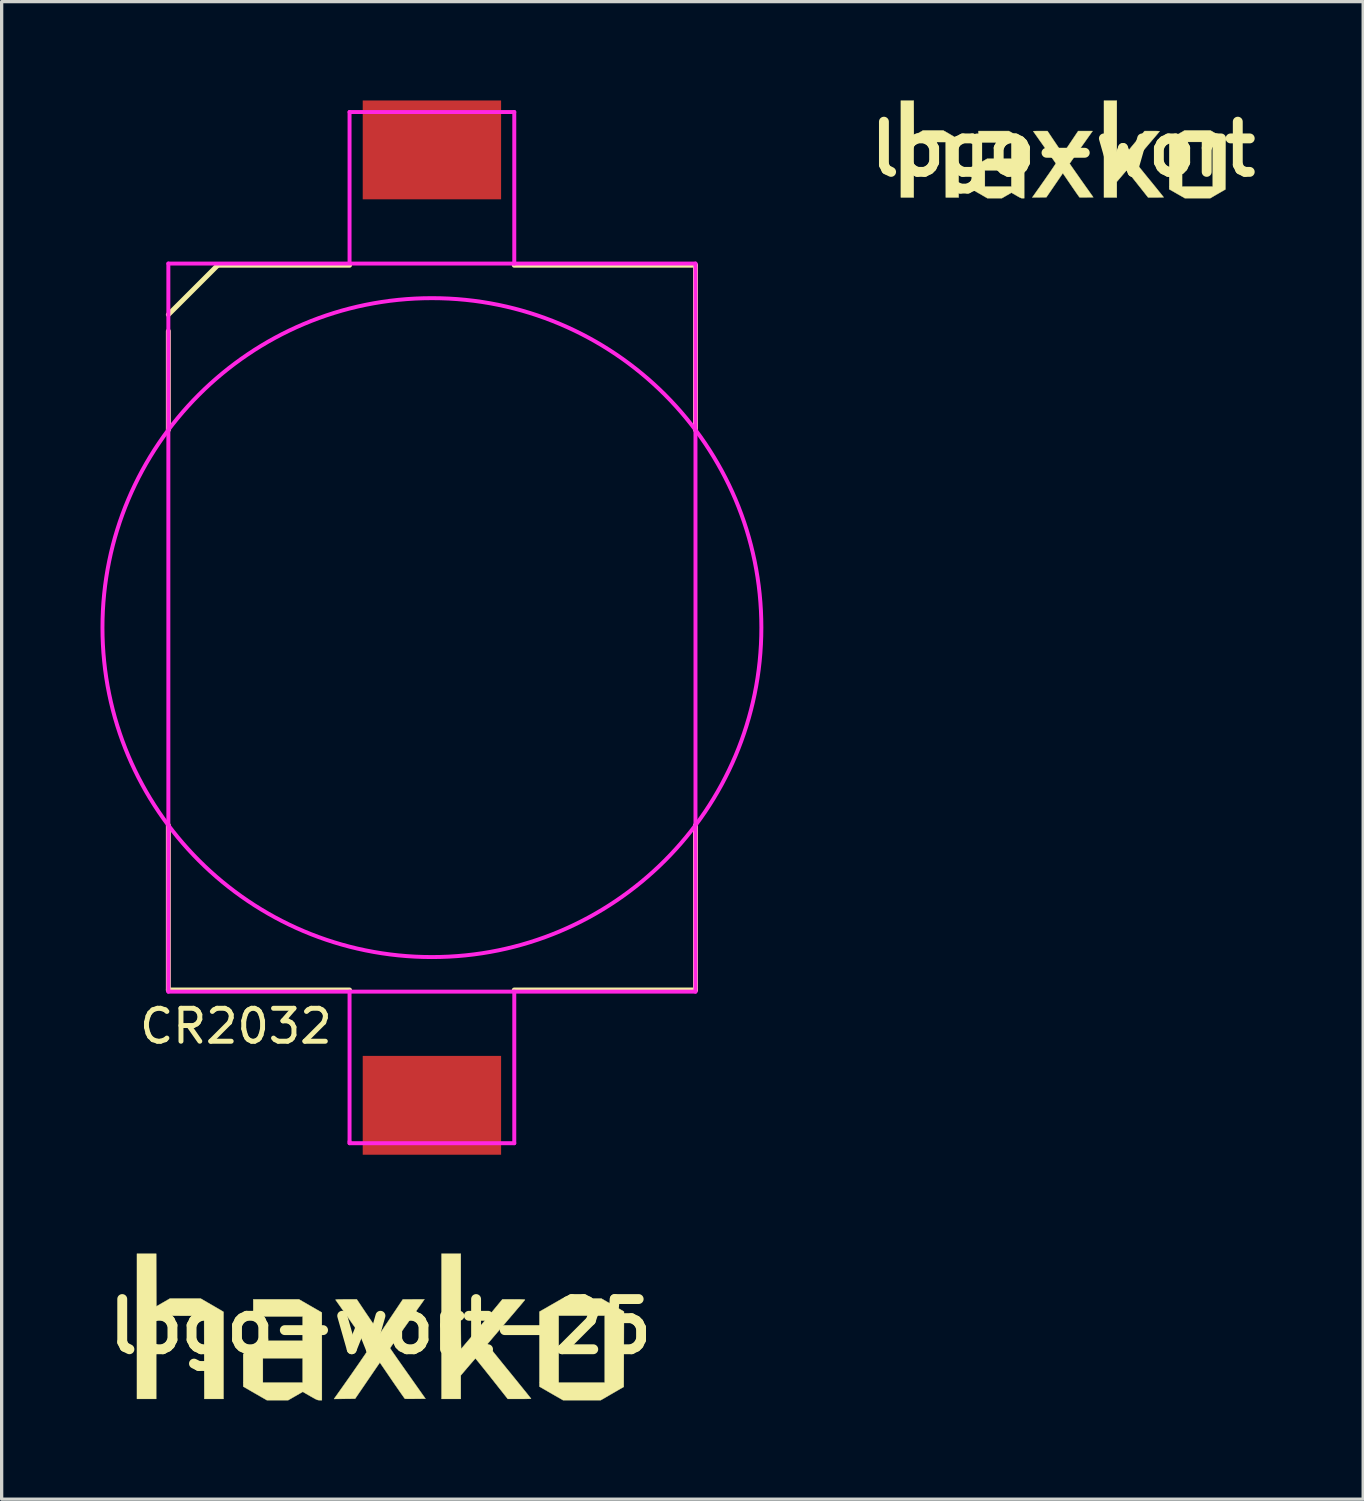
<source format=kicad_pcb>
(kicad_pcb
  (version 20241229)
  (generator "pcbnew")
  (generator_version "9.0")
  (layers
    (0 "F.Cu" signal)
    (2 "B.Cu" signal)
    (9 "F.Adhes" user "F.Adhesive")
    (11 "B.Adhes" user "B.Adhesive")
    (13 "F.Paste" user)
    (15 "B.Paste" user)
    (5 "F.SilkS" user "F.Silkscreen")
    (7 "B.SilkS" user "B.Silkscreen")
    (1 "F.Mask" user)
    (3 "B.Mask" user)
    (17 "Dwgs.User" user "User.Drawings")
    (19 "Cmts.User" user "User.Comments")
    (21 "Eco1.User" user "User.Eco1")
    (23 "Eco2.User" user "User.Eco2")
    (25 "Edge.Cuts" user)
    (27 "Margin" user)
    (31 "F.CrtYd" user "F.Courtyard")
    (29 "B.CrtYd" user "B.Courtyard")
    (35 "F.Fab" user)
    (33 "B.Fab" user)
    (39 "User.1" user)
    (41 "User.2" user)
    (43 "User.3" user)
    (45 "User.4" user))
  (footprint "logo-wort-25"
    (layer "F.Cu")
    (at 8.498 37.215)
    (property "Reference" "logo-wort-25" (at 0 0 0) (layer "F.SilkS") (effects (font (size 1.524 1.524) (thickness 0.3))))
    (attr through_hole)
    (fp_poly (pts (xy -6.801 -0.612) (xy -6.594 -0.732) (xy -6.388 -0.851) (xy -5.46 -0.851) (xy -5.159 -0.677) (xy -5.077 -0.63) (xy -5 -0.585) (xy -4.931 -0.545) (xy -4.874 -0.512) (xy -4.833 -0.488) (xy -4.81 -0.474) (xy -4.763 -0.444) (xy -4.763 2.197) (xy -5.347 2.197) (xy -5.35 0.937) (xy -5.353 -0.324) (xy -6.08 -0.327) (xy -6.807 -0.33) (xy -6.807 2.197) (xy -7.391 2.197) (xy -7.391 -2.21) (xy -7.099 -2.21) (xy -6.807 -2.21) (xy -6.801 -0.612)) (stroke (width 0.01) (type solid)) (fill yes) (layer "F.SilkS"))
    (fp_poly (pts (xy 7.392 -0.454) (xy 7.385 1.831) (xy 7.036 2.033) (xy 6.687 2.235) (xy 6.114 2.235) (xy 5.542 2.235) (xy 5.308 2.101) (xy 5.228 2.055) (xy 5.147 2.008) (xy 5.07 1.964) (xy 5.003 1.925) (xy 4.951 1.895) (xy 4.95 1.895) (xy 4.826 1.823) (xy 4.826 -0.33) (xy 5.41 -0.33) (xy 5.41 1.702) (xy 6.807 1.702) (xy 6.807 -0.33) (xy 5.41 -0.33) (xy 4.826 -0.33) (xy 4.826 -0.451) (xy 5.522 -0.851) (xy 6.703 -0.851) (xy 7.392 -0.454)) (stroke (width 0.01) (type solid)) (fill yes) (layer "F.SilkS"))
    (fp_poly (pts (xy -2.126 -0.625) (xy -1.779 -0.425) (xy -1.778 0.905) (xy -1.778 2.235) (xy -1.848 2.235) (xy -1.873 2.234) (xy -1.896 2.231) (xy -1.922 2.223) (xy -1.954 2.21) (xy -1.996 2.188) (xy -2.051 2.157) (xy -2.124 2.116) (xy -2.138 2.108) (xy -2.358 1.981) (xy -2.8 2.235) (xy -3.124 2.235) (xy -3.448 2.235) (xy -3.807 2.029) (xy -4.165 1.822) (xy -4.165 1.332) (xy -4.166 0.965) (xy -3.569 0.965) (xy -3.569 1.702) (xy -2.362 1.702) (xy -2.362 0.965) (xy -3.569 0.965) (xy -4.166 0.965) (xy -4.166 0.841) (xy -3.811 0.636) (xy -3.457 0.432) (xy -2.362 0.432) (xy -2.362 -0.305) (xy -3.861 -0.305) (xy -3.861 -0.826) (xy -2.474 -0.826) (xy -2.126 -0.625)) (stroke (width 0.01) (type solid)) (fill yes) (layer "F.SilkS"))
    (fp_poly (pts (xy 2.438 -0.768) (xy 2.439 -0.55) (xy 2.439 -0.346) (xy 2.439 -0.158) (xy 2.44 0.014) (xy 2.441 0.169) (xy 2.442 0.304) (xy 2.443 0.421) (xy 2.444 0.516) (xy 2.446 0.59) (xy 2.447 0.641) (xy 2.449 0.668) (xy 2.45 0.673) (xy 2.46 0.664) (xy 2.485 0.636) (xy 2.523 0.592) (xy 2.573 0.532) (xy 2.635 0.459) (xy 2.707 0.374) (xy 2.787 0.279) (xy 2.874 0.174) (xy 2.968 0.061) (xy 3.066 -0.057) (xy 3.082 -0.076) (xy 3.702 -0.826) (xy 4.049 -0.826) (xy 4.155 -0.825) (xy 4.238 -0.825) (xy 4.3 -0.823) (xy 4.344 -0.821) (xy 4.371 -0.818) (xy 4.384 -0.814) (xy 4.386 -0.81) (xy 4.376 -0.797) (xy 4.351 -0.768) (xy 4.313 -0.722) (xy 4.262 -0.661) (xy 4.2 -0.588) (xy 4.128 -0.504) (xy 4.049 -0.41) (xy 3.962 -0.309) (xy 3.87 -0.201) (xy 3.823 -0.146) (xy 3.729 -0.035) (xy 3.639 0.07) (xy 3.555 0.168) (xy 3.479 0.258) (xy 3.411 0.337) (xy 3.354 0.405) (xy 3.308 0.459) (xy 3.275 0.497) (xy 3.257 0.519) (xy 3.254 0.523) (xy 3.252 0.529) (xy 3.255 0.538) (xy 3.263 0.554) (xy 3.277 0.576) (xy 3.298 0.605) (xy 3.327 0.644) (xy 3.364 0.693) (xy 3.412 0.754) (xy 3.47 0.827) (xy 3.541 0.915) (xy 3.624 1.017) (xy 3.72 1.136) (xy 3.831 1.273) (xy 3.905 1.363) (xy 4.007 1.489) (xy 4.104 1.608) (xy 4.195 1.721) (xy 4.279 1.825) (xy 4.355 1.919) (xy 4.422 2.001) (xy 4.477 2.07) (xy 4.521 2.125) (xy 4.552 2.164) (xy 4.569 2.186) (xy 4.572 2.19) (xy 4.56 2.192) (xy 4.525 2.194) (xy 4.472 2.195) (xy 4.403 2.196) (xy 4.322 2.197) (xy 4.231 2.197) (xy 4.218 2.197) (xy 3.864 2.197) (xy 3.377 1.581) (xy 3.291 1.472) (xy 3.209 1.37) (xy 3.134 1.275) (xy 3.065 1.19) (xy 3.006 1.116) (xy 2.957 1.056) (xy 2.919 1.01) (xy 2.893 0.98) (xy 2.882 0.968) (xy 2.882 0.968) (xy 2.872 0.978) (xy 2.848 1.005) (xy 2.812 1.047) (xy 2.766 1.1) (xy 2.712 1.162) (xy 2.656 1.228) (xy 2.438 1.484) (xy 2.438 2.197) (xy 1.854 2.197) (xy 1.854 -2.21) (xy 2.438 -2.21) (xy 2.438 -0.768)) (stroke (width 0.01) (type solid)) (fill yes) (layer "F.SilkS"))
    (fp_poly (pts (xy 1.311 -0.791) (xy 1.299 -0.774) (xy 1.275 -0.739) (xy 1.238 -0.687) (xy 1.19 -0.62) (xy 1.132 -0.539) (xy 1.067 -0.446) (xy 0.994 -0.344) (xy 0.915 -0.233) (xy 0.832 -0.116) (xy 0.789 -0.055) (xy 0.705 0.063) (xy 0.626 0.176) (xy 0.552 0.281) (xy 0.484 0.376) (xy 0.425 0.461) (xy 0.376 0.532) (xy 0.336 0.589) (xy 0.309 0.63) (xy 0.294 0.652) (xy 0.292 0.656) (xy 0.299 0.668) (xy 0.32 0.699) (xy 0.353 0.748) (xy 0.397 0.812) (xy 0.452 0.891) (xy 0.515 0.982) (xy 0.586 1.083) (xy 0.664 1.194) (xy 0.747 1.312) (xy 0.83 1.429) (xy 1.367 2.191) (xy 1.062 2.194) (xy 0.976 2.195) (xy 0.898 2.195) (xy 0.832 2.195) (xy 0.782 2.194) (xy 0.751 2.193) (xy 0.743 2.193) (xy 0.734 2.181) (xy 0.711 2.151) (xy 0.678 2.104) (xy 0.634 2.042) (xy 0.581 1.966) (xy 0.521 1.879) (xy 0.455 1.784) (xy 0.384 1.681) (xy 0.356 1.64) (xy -0.018 1.092) (xy -0.06 1.153) (xy -0.075 1.175) (xy -0.104 1.217) (xy -0.143 1.274) (xy -0.192 1.346) (xy -0.248 1.428) (xy -0.311 1.52) (xy -0.378 1.618) (xy -0.435 1.702) (xy -0.769 2.191) (xy -1.41 2.198) (xy -1.304 2.048) (xy -1.175 1.866) (xy -1.053 1.693) (xy -0.938 1.53) (xy -0.831 1.377) (xy -0.733 1.235) (xy -0.644 1.107) (xy -0.565 0.991) (xy -0.496 0.891) (xy -0.439 0.806) (xy -0.394 0.738) (xy -0.362 0.688) (xy -0.343 0.656) (xy -0.338 0.644) (xy -0.347 0.631) (xy -0.369 0.6) (xy -0.402 0.552) (xy -0.446 0.49) (xy -0.499 0.415) (xy -0.559 0.329) (xy -0.625 0.235) (xy -0.695 0.135) (xy -0.769 0.031) (xy -0.844 -0.076) (xy -0.919 -0.183) (xy -0.993 -0.288) (xy -1.064 -0.389) (xy -1.131 -0.483) (xy -1.192 -0.57) (xy -1.246 -0.646) (xy -1.292 -0.711) (xy -1.327 -0.761) (xy -1.351 -0.794) (xy -1.362 -0.809) (xy -1.362 -0.81) (xy -1.361 -0.815) (xy -1.349 -0.818) (xy -1.321 -0.821) (xy -1.278 -0.823) (xy -1.215 -0.824) (xy -1.131 -0.825) (xy -1.046 -0.825) (xy -0.718 -0.825) (xy -0.483 -0.474) (xy -0.42 -0.38) (xy -0.355 -0.285) (xy -0.293 -0.192) (xy -0.234 -0.105) (xy -0.183 -0.03) (xy -0.143 0.03) (xy -0.132 0.046) (xy -0.017 0.215) (xy 0.331 -0.305) (xy 0.679 -0.824) (xy 1.007 -0.825) (xy 1.335 -0.826) (xy 1.311 -0.791)) (stroke (width 0.01) (type solid)) (fill yes) (layer "F.SilkS")))
  (footprint "CR2032"
    (layer "F.Cu")
    (at 10.06 16)
    (property "Reference" "CR2032" (at -5.95 12.1 0) (layer "F.SilkS") (effects (font (size 1 1) (thickness 0.15))))
    (attr through_hole)
    (fp_line (start -8 -9.5) (end -6.5 -11) (stroke (width 0.15) (type solid)) (layer "F.SilkS"))
    (fp_line (start -8 -9) (end -8 -6) (stroke (width 0.15) (type solid)) (layer "F.SilkS"))
    (fp_line (start -8 6) (end -8 11) (stroke (width 0.15) (type solid)) (layer "F.SilkS"))
    (fp_line (start -8 11) (end -2.5 11) (stroke (width 0.15) (type solid)) (layer "F.SilkS"))
    (fp_line (start -6.5 -11) (end -2.5 -11) (stroke (width 0.15) (type solid)) (layer "F.SilkS"))
    (fp_line (start 2.5 11) (end 8 11) (stroke (width 0.15) (type solid)) (layer "F.SilkS"))
    (fp_line (start 8 -11) (end 2.5 -11) (stroke (width 0.15) (type solid)) (layer "F.SilkS"))
    (fp_line (start 8 -6) (end 8 -11) (stroke (width 0.15) (type solid)) (layer "F.SilkS"))
    (fp_line (start 8 11) (end 8 6) (stroke (width 0.15) (type solid)) (layer "F.SilkS"))
    (fp_line (start -8 -11.05) (end 8 -11.05) (stroke (width 0.12) (type solid)) (layer "F.CrtYd"))
    (fp_line (start -8 11.05) (end -8 -11.05) (stroke (width 0.12) (type solid)) (layer "F.CrtYd"))
    (fp_line (start -2.5 -15.65) (end -2.5 -11.1) (stroke (width 0.12) (type solid)) (layer "F.CrtYd"))
    (fp_line (start -2.5 11.05) (end -2.5 15.6) (stroke (width 0.12) (type solid)) (layer "F.CrtYd"))
    (fp_line (start -2.5 15.6) (end -2.5 15.65) (stroke (width 0.12) (type solid)) (layer "F.CrtYd"))
    (fp_line (start -2.5 15.65) (end 2.5 15.65) (stroke (width 0.12) (type solid)) (layer "F.CrtYd"))
    (fp_line (start 0 -15.65) (end -2.5 -15.65) (stroke (width 0.12) (type solid)) (layer "F.CrtYd"))
    (fp_line (start 0 -15.65) (end 2.5 -15.65) (stroke (width 0.12) (type solid)) (layer "F.CrtYd"))
    (fp_line (start 2.5 -15.65) (end 2.5 -11.05) (stroke (width 0.12) (type solid)) (layer "F.CrtYd"))
    (fp_line (start 2.5 15.65) (end 2.5 11.05) (stroke (width 0.12) (type solid)) (layer "F.CrtYd"))
    (fp_line (start 8 -11.05) (end 8 11.05) (stroke (width 0.12) (type solid)) (layer "F.CrtYd"))
    (fp_line (start 8 11.05) (end -8 11.05) (stroke (width 0.12) (type solid)) (layer "F.CrtYd"))
    (fp_circle (center 0 0) (end 10 0) (stroke (width 0.12) (type solid)) (fill no) (layer "F.CrtYd"))
    (pad "1" smd rect (at 0 -14.5) (size 4.2 3) (layers "F.Cu" "F.Mask" "F.Paste"))
    (pad "2" smd rect (at 0 14.5) (size 4.2 3) (layers "F.Cu" "F.Mask" "F.Paste")))
  (footprint "logo-wort"
    (layer "F.Cu")
    (at 29.223 1.478)
    (property "Reference" "logo-wort" (at 0 0 0) (layer "F.SilkS") (effects (font (size 1.524 1.524) (thickness 0.3))))
    (attr through_hole)
    (fp_poly (pts (xy -4.536 -0.941) (xy -4.534 -0.408) (xy -4.259 -0.567) (xy -3.64 -0.567) (xy -3.439 -0.452) (xy -3.385 -0.42) (xy -3.333 -0.39) (xy -3.287 -0.364) (xy -3.25 -0.341) (xy -3.222 -0.325) (xy -3.207 -0.316) (xy -3.175 -0.296) (xy -3.175 1.465) (xy -3.564 1.465) (xy -3.567 0.624) (xy -3.569 -0.216) (xy -4.538 -0.22) (xy -4.538 1.465) (xy -4.928 1.465) (xy -4.928 -1.473) (xy -4.538 -1.473) (xy -4.536 -0.941)) (stroke (width 0.01) (type solid)) (fill yes) (layer "F.SilkS"))
    (fp_poly (pts (xy 4.698 -0.435) (xy 4.928 -0.303) (xy 4.926 0.459) (xy 4.923 1.221) (xy 4.691 1.355) (xy 4.458 1.49) (xy 4.076 1.49) (xy 3.695 1.49) (xy 3.539 1.4) (xy 3.486 1.37) (xy 3.431 1.339) (xy 3.38 1.309) (xy 3.335 1.283) (xy 3.301 1.264) (xy 3.3 1.263) (xy 3.217 1.216) (xy 3.218 -0.22) (xy 3.607 -0.22) (xy 3.607 1.135) (xy 4.538 1.135) (xy 4.538 -0.22) (xy 3.607 -0.22) (xy 3.218 -0.22) (xy 3.218 -0.301) (xy 3.681 -0.567) (xy 4.469 -0.567) (xy 4.698 -0.435)) (stroke (width 0.01) (type solid)) (fill yes) (layer "F.SilkS"))
    (fp_poly (pts (xy -1.649 -0.55) (xy -1.418 -0.417) (xy -1.186 -0.284) (xy -1.186 0.603) (xy -1.185 1.49) (xy -1.232 1.49) (xy -1.248 1.49) (xy -1.264 1.487) (xy -1.281 1.482) (xy -1.303 1.473) (xy -1.331 1.459) (xy -1.368 1.438) (xy -1.416 1.411) (xy -1.425 1.405) (xy -1.572 1.321) (xy -1.719 1.405) (xy -1.866 1.49) (xy -2.083 1.49) (xy -2.299 1.49) (xy -2.538 1.352) (xy -2.777 1.215) (xy -2.777 0.643) (xy -2.379 0.643) (xy -2.379 1.135) (xy -1.575 1.135) (xy -1.575 0.643) (xy -2.379 0.643) (xy -2.777 0.643) (xy -2.777 0.561) (xy -2.541 0.424) (xy -2.305 0.288) (xy -1.575 0.288) (xy -1.575 -0.203) (xy -2.574 -0.203) (xy -2.574 -0.55) (xy -2.112 -0.55) (xy -1.649 -0.55)) (stroke (width 0.01) (type solid)) (fill yes) (layer "F.SilkS"))
    (fp_poly (pts (xy 1.626 -0.512) (xy 1.626 -0.367) (xy 1.626 -0.231) (xy 1.626 -0.105) (xy 1.627 0.01) (xy 1.627 0.112) (xy 1.628 0.203) (xy 1.629 0.28) (xy 1.63 0.344) (xy 1.63 0.393) (xy 1.632 0.427) (xy 1.633 0.446) (xy 1.633 0.449) (xy 1.64 0.442) (xy 1.656 0.424) (xy 1.682 0.394) (xy 1.716 0.355) (xy 1.757 0.306) (xy 1.804 0.25) (xy 1.858 0.186) (xy 1.916 0.116) (xy 1.978 0.041) (xy 2.044 -0.038) (xy 2.054 -0.051) (xy 2.468 -0.55) (xy 2.699 -0.55) (xy 2.77 -0.55) (xy 2.825 -0.55) (xy 2.867 -0.549) (xy 2.896 -0.547) (xy 2.914 -0.545) (xy 2.923 -0.543) (xy 2.924 -0.54) (xy 2.917 -0.532) (xy 2.901 -0.512) (xy 2.875 -0.481) (xy 2.841 -0.441) (xy 2.8 -0.392) (xy 2.752 -0.336) (xy 2.699 -0.274) (xy 2.641 -0.206) (xy 2.58 -0.134) (xy 2.549 -0.097) (xy 2.486 -0.023) (xy 2.426 0.047) (xy 2.37 0.112) (xy 2.319 0.172) (xy 2.274 0.225) (xy 2.236 0.27) (xy 2.205 0.306) (xy 2.184 0.332) (xy 2.171 0.346) (xy 2.169 0.349) (xy 2.168 0.352) (xy 2.17 0.359) (xy 2.175 0.369) (xy 2.185 0.384) (xy 2.199 0.404) (xy 2.218 0.429) (xy 2.243 0.462) (xy 2.275 0.503) (xy 2.314 0.551) (xy 2.36 0.61) (xy 2.416 0.678) (xy 2.48 0.758) (xy 2.554 0.849) (xy 2.603 0.909) (xy 2.671 0.992) (xy 2.736 1.072) (xy 2.797 1.147) (xy 2.853 1.216) (xy 2.903 1.279) (xy 2.948 1.334) (xy 2.985 1.38) (xy 3.014 1.417) (xy 3.035 1.443) (xy 3.046 1.457) (xy 3.048 1.46) (xy 3.04 1.461) (xy 3.017 1.462) (xy 2.981 1.463) (xy 2.935 1.464) (xy 2.881 1.465) (xy 2.82 1.465) (xy 2.812 1.465) (xy 2.576 1.465) (xy 2.251 1.054) (xy 2.194 0.982) (xy 2.139 0.913) (xy 2.089 0.85) (xy 2.044 0.793) (xy 2.004 0.744) (xy 1.971 0.704) (xy 1.946 0.673) (xy 1.929 0.653) (xy 1.922 0.646) (xy 1.921 0.645) (xy 1.915 0.652) (xy 1.898 0.67) (xy 1.874 0.698) (xy 1.844 0.733) (xy 1.808 0.775) (xy 1.771 0.819) (xy 1.626 0.989) (xy 1.626 1.465) (xy 1.236 1.465) (xy 1.236 -1.473) (xy 1.626 -1.473) (xy 1.626 -0.512)) (stroke (width 0.01) (type solid)) (fill yes) (layer "F.SilkS"))
    (fp_poly (pts (xy 0.874 -0.527) (xy 0.866 -0.516) (xy 0.85 -0.493) (xy 0.825 -0.458) (xy 0.793 -0.413) (xy 0.755 -0.359) (xy 0.711 -0.297) (xy 0.663 -0.229) (xy 0.61 -0.155) (xy 0.555 -0.077) (xy 0.526 -0.037) (xy 0.47 0.042) (xy 0.417 0.117) (xy 0.368 0.187) (xy 0.323 0.251) (xy 0.284 0.307) (xy 0.25 0.355) (xy 0.224 0.393) (xy 0.206 0.42) (xy 0.196 0.435) (xy 0.195 0.438) (xy 0.2 0.446) (xy 0.213 0.466) (xy 0.235 0.499) (xy 0.265 0.542) (xy 0.301 0.594) (xy 0.343 0.654) (xy 0.391 0.722) (xy 0.443 0.796) (xy 0.498 0.875) (xy 0.553 0.953) (xy 0.912 1.46) (xy 0.708 1.463) (xy 0.651 1.463) (xy 0.599 1.463) (xy 0.555 1.463) (xy 0.521 1.463) (xy 0.501 1.462) (xy 0.495 1.462) (xy 0.489 1.454) (xy 0.474 1.434) (xy 0.452 1.403) (xy 0.422 1.361) (xy 0.387 1.311) (xy 0.347 1.253) (xy 0.303 1.189) (xy 0.256 1.12) (xy 0.237 1.093) (xy -0.012 0.728) (xy -0.04 0.768) (xy -0.05 0.784) (xy -0.069 0.811) (xy -0.095 0.85) (xy -0.128 0.897) (xy -0.165 0.952) (xy -0.207 1.013) (xy -0.252 1.079) (xy -0.29 1.135) (xy -0.513 1.46) (xy -0.726 1.463) (xy -0.94 1.465) (xy -0.869 1.365) (xy -0.784 1.244) (xy -0.702 1.129) (xy -0.626 1.02) (xy -0.554 0.918) (xy -0.489 0.823) (xy -0.429 0.738) (xy -0.376 0.661) (xy -0.331 0.594) (xy -0.293 0.538) (xy -0.263 0.492) (xy -0.241 0.459) (xy -0.229 0.437) (xy -0.226 0.429) (xy -0.231 0.421) (xy -0.246 0.4) (xy -0.268 0.368) (xy -0.297 0.326) (xy -0.333 0.276) (xy -0.373 0.219) (xy -0.417 0.157) (xy -0.464 0.09) (xy -0.513 0.02) (xy -0.563 -0.051) (xy -0.613 -0.122) (xy -0.662 -0.192) (xy -0.71 -0.259) (xy -0.754 -0.322) (xy -0.795 -0.38) (xy -0.831 -0.431) (xy -0.861 -0.474) (xy -0.885 -0.507) (xy -0.901 -0.529) (xy -0.908 -0.54) (xy -0.908 -0.54) (xy -0.908 -0.543) (xy -0.899 -0.546) (xy -0.881 -0.548) (xy -0.852 -0.549) (xy -0.81 -0.55) (xy -0.754 -0.55) (xy -0.697 -0.55) (xy -0.478 -0.55) (xy -0.322 -0.316) (xy -0.28 -0.254) (xy -0.237 -0.19) (xy -0.195 -0.128) (xy -0.156 -0.07) (xy -0.122 -0.02) (xy -0.095 0.02) (xy -0.088 0.03) (xy -0.011 0.143) (xy 0.221 -0.203) (xy 0.453 -0.55) (xy 0.672 -0.55) (xy 0.89 -0.55) (xy 0.874 -0.527)) (stroke (width 0.01) (type solid)) (fill yes) (layer "F.SilkS")))
  (gr_rect
    (start -3 -3)
    (end 38.327 42.455)
    (stroke (width 0.1) (type default))
    (fill no)
    (layer "Edge.Cuts")))
</source>
